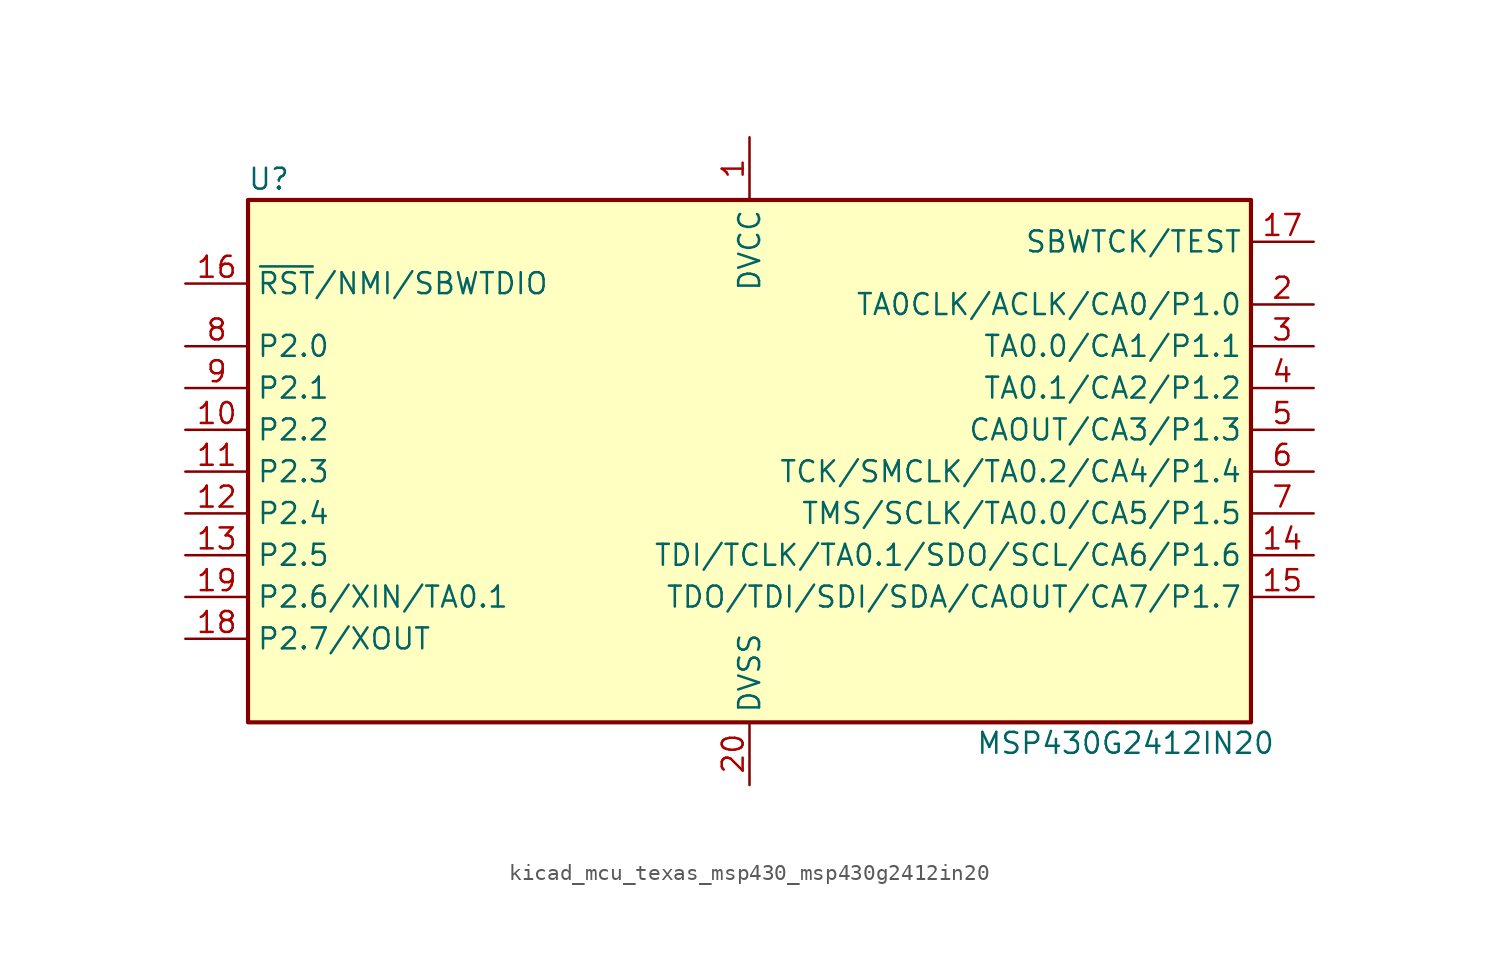
<source format=kicad_sym>
(kicad_symbol_lib
  (version 20220914)
  (generator kicad_symbol_editor)
  (symbol "kicad_mcu_texas_msp430_msp430g2412in20"
    (property "Reference" "U"
      (at -29.21 17.78 0)
      (effects (font (size 1.27 1.27))))
    (property "Value" "MSP430G2412IN20"
      (at 22.86 -16.51 0)
      (effects (font (size 1.27 1.27))))
    (symbol "kicad_mcu_texas_msp430_msp430g2412in20_0_1"
      (rectangle (start -30.48 16.51) (end 30.48 -15.24) (stroke (width 0.254) (type default)) (fill (type background))))
    (symbol "kicad_mcu_texas_msp430_msp430g2412in20_1_1"
      (pin power_in line (at 0 20.32 270) (length 3.81) (name "DVCC" (effects (font (size 1.27 1.27)))) (number "1" (effects (font (size 1.27 1.27)))))
      (pin bidirectional line (at -34.29 2.54 0) (length 3.81) (name "P2.2" (effects (font (size 1.27 1.27)))) (number "10" (effects (font (size 1.27 1.27)))))
      (pin bidirectional line (at -34.29 0 0) (length 3.81) (name "P2.3" (effects (font (size 1.27 1.27)))) (number "11" (effects (font (size 1.27 1.27)))))
      (pin bidirectional line (at -34.29 -2.54 0) (length 3.81) (name "P2.4" (effects (font (size 1.27 1.27)))) (number "12" (effects (font (size 1.27 1.27)))))
      (pin bidirectional line (at -34.29 -5.08 0) (length 3.81) (name "P2.5" (effects (font (size 1.27 1.27)))) (number "13" (effects (font (size 1.27 1.27)))))
      (pin bidirectional line (at 34.29 -5.08 180) (length 3.81) (name "TDI/TCLK/TA0.1/SDO/SCL/CA6/P1.6" (effects (font (size 1.27 1.27)))) (number "14" (effects (font (size 1.27 1.27)))))
      (pin bidirectional line (at 34.29 -7.62 180) (length 3.81) (name "TDO/TDI/SDI/SDA/CAOUT/CA7/P1.7" (effects (font (size 1.27 1.27)))) (number "15" (effects (font (size 1.27 1.27)))))
      (pin input line (at -34.29 11.43 0) (length 3.81) (name "~{RST}/NMI/SBWTDIO" (effects (font (size 1.27 1.27)))) (number "16" (effects (font (size 1.27 1.27)))))
      (pin input line (at 34.29 13.97 180) (length 3.81) (name "SBWTCK/TEST" (effects (font (size 1.27 1.27)))) (number "17" (effects (font (size 1.27 1.27)))))
      (pin bidirectional line (at -34.29 -10.16 0) (length 3.81) (name "P2.7/XOUT" (effects (font (size 1.27 1.27)))) (number "18" (effects (font (size 1.27 1.27)))))
      (pin bidirectional line (at -34.29 -7.62 0) (length 3.81) (name "P2.6/XIN/TA0.1" (effects (font (size 1.27 1.27)))) (number "19" (effects (font (size 1.27 1.27)))))
      (pin bidirectional line (at 34.29 10.16 180) (length 3.81) (name "TA0CLK/ACLK/CA0/P1.0" (effects (font (size 1.27 1.27)))) (number "2" (effects (font (size 1.27 1.27)))))
      (pin power_in line (at 0 -19.05 90) (length 3.81) (name "DVSS" (effects (font (size 1.27 1.27)))) (number "20" (effects (font (size 1.27 1.27)))))
      (pin bidirectional line (at 34.29 7.62 180) (length 3.81) (name "TA0.0/CA1/P1.1" (effects (font (size 1.27 1.27)))) (number "3" (effects (font (size 1.27 1.27)))))
      (pin bidirectional line (at 34.29 5.08 180) (length 3.81) (name "TA0.1/CA2/P1.2" (effects (font (size 1.27 1.27)))) (number "4" (effects (font (size 1.27 1.27)))))
      (pin bidirectional line (at 34.29 2.54 180) (length 3.81) (name "CAOUT/CA3/P1.3" (effects (font (size 1.27 1.27)))) (number "5" (effects (font (size 1.27 1.27)))))
      (pin bidirectional line (at 34.29 0 180) (length 3.81) (name "TCK/SMCLK/TA0.2/CA4/P1.4" (effects (font (size 1.27 1.27)))) (number "6" (effects (font (size 1.27 1.27)))))
      (pin bidirectional line (at 34.29 -2.54 180) (length 3.81) (name "TMS/SCLK/TA0.0/CA5/P1.5" (effects (font (size 1.27 1.27)))) (number "7" (effects (font (size 1.27 1.27)))))
      (pin bidirectional line (at -34.29 7.62 0) (length 3.81) (name "P2.0" (effects (font (size 1.27 1.27)))) (number "8" (effects (font (size 1.27 1.27)))))
      (pin bidirectional line (at -34.29 5.08 0) (length 3.81) (name "P2.1" (effects (font (size 1.27 1.27)))) (number "9" (effects (font (size 1.27 1.27))))))))
</source>
